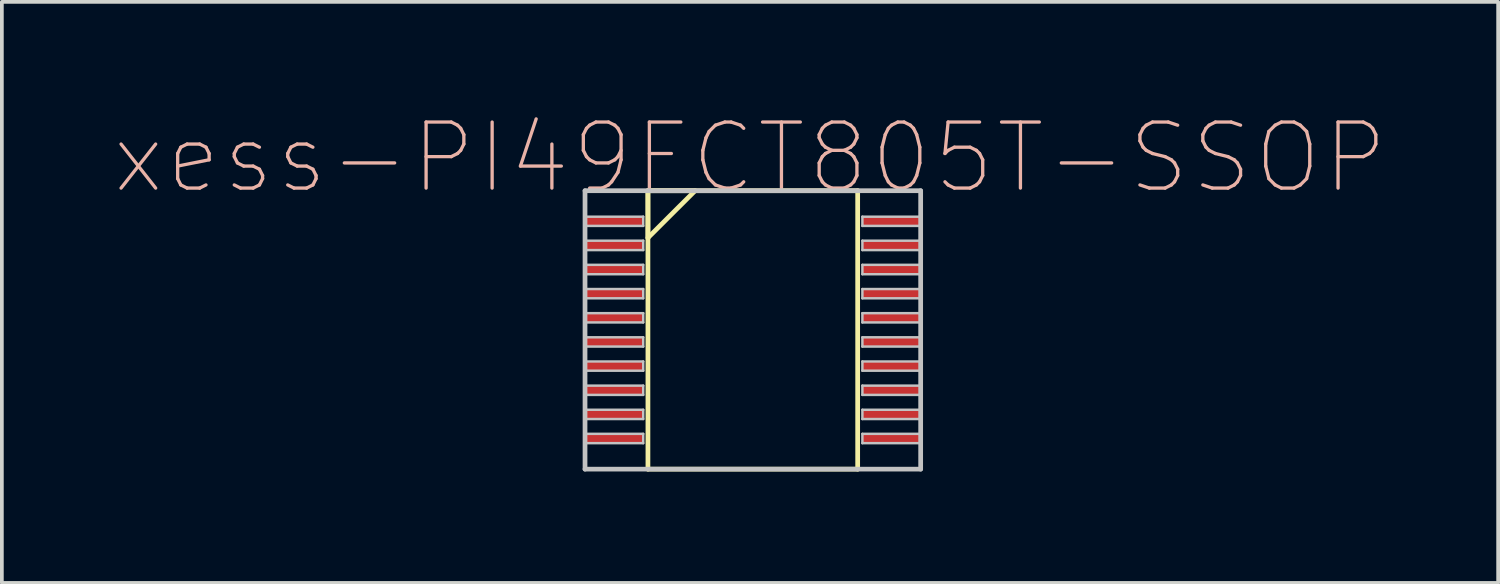
<source format=kicad_pcb>
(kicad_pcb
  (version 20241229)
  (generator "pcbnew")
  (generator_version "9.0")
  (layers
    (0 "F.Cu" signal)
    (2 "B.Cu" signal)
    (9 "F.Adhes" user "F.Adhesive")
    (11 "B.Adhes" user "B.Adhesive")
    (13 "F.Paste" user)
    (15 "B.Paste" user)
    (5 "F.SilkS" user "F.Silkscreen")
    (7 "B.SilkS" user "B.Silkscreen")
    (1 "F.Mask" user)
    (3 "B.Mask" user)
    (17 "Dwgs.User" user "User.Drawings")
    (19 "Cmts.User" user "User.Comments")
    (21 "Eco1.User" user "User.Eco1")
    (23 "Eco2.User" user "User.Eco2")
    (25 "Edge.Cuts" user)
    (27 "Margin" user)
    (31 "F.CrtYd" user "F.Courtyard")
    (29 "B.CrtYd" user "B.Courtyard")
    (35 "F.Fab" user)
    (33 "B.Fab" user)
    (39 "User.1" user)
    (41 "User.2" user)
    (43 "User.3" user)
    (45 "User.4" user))
  (footprint "xess-PI49FCT805T-SSOP"
    (layer "F.Cu")
    (at 13.595 2.908)
    (property "Reference" "xess-PI49FCT805T-SSOP" (at 3.548 -1.712 0) (layer "B.SilkS") (effects (font (size 1.778 1.778) (thickness 0.089))))
    (attr smd)
    (fp_line (start 0.8 -0.823) (end 0.8 0.445) (stroke (width 0.127) (type solid)) (layer "F.SilkS"))
    (fp_line (start 0.8 -0.823) (end 0.8 6.673) (stroke (width 0.127) (type solid)) (layer "F.SilkS"))
    (fp_line (start 0.8 0.445) (end 2.07 -0.823) (stroke (width 0.127) (type solid)) (layer "F.SilkS"))
    (fp_line (start 0.8 6.673) (end 6.447 6.673) (stroke (width 0.127) (type solid)) (layer "F.SilkS"))
    (fp_line (start 2.07 -0.823) (end 0.8 -0.823) (stroke (width 0.127) (type solid)) (layer "F.SilkS"))
    (fp_line (start 6.447 -0.823) (end 0.8 -0.823) (stroke (width 0.127) (type solid)) (layer "F.SilkS"))
    (fp_line (start 6.447 6.673) (end 6.447 -0.823) (stroke (width 0.127) (type solid)) (layer "F.SilkS"))
    (fp_line (start -0.894 -0.823) (end -0.894 6.673) (stroke (width 0.127) (type solid)) (layer "Dwgs.User"))
    (fp_line (start -0.894 -0.124) (end 0.673 -0.124) (stroke (width 0.066) (type solid)) (layer "Dwgs.User"))
    (fp_line (start -0.894 0.124) (end -0.894 -0.124) (stroke (width 0.066) (type solid)) (layer "Dwgs.User"))
    (fp_line (start -0.894 0.124) (end 0.673 0.124) (stroke (width 0.066) (type solid)) (layer "Dwgs.User"))
    (fp_line (start -0.894 0.523) (end 0.673 0.523) (stroke (width 0.066) (type solid)) (layer "Dwgs.User"))
    (fp_line (start -0.894 0.775) (end -0.894 0.523) (stroke (width 0.066) (type solid)) (layer "Dwgs.User"))
    (fp_line (start -0.894 0.775) (end 0.673 0.775) (stroke (width 0.066) (type solid)) (layer "Dwgs.User"))
    (fp_line (start -0.894 1.173) (end 0.673 1.173) (stroke (width 0.066) (type solid)) (layer "Dwgs.User"))
    (fp_line (start -0.894 1.425) (end -0.894 1.173) (stroke (width 0.066) (type solid)) (layer "Dwgs.User"))
    (fp_line (start -0.894 1.425) (end 0.673 1.425) (stroke (width 0.066) (type solid)) (layer "Dwgs.User"))
    (fp_line (start -0.894 1.824) (end 0.673 1.824) (stroke (width 0.066) (type solid)) (layer "Dwgs.User"))
    (fp_line (start -0.894 2.073) (end -0.894 1.824) (stroke (width 0.066) (type solid)) (layer "Dwgs.User"))
    (fp_line (start -0.894 2.073) (end 0.673 2.073) (stroke (width 0.066) (type solid)) (layer "Dwgs.User"))
    (fp_line (start -0.894 2.474) (end 0.673 2.474) (stroke (width 0.066) (type solid)) (layer "Dwgs.User"))
    (fp_line (start -0.894 2.723) (end -0.894 2.474) (stroke (width 0.066) (type solid)) (layer "Dwgs.User"))
    (fp_line (start -0.894 2.723) (end 0.673 2.723) (stroke (width 0.066) (type solid)) (layer "Dwgs.User"))
    (fp_line (start -0.894 3.124) (end 0.673 3.124) (stroke (width 0.066) (type solid)) (layer "Dwgs.User"))
    (fp_line (start -0.894 3.373) (end -0.894 3.124) (stroke (width 0.066) (type solid)) (layer "Dwgs.User"))
    (fp_line (start -0.894 3.373) (end 0.673 3.373) (stroke (width 0.066) (type solid)) (layer "Dwgs.User"))
    (fp_line (start -0.894 3.774) (end 0.673 3.774) (stroke (width 0.066) (type solid)) (layer "Dwgs.User"))
    (fp_line (start -0.894 4.023) (end -0.894 3.774) (stroke (width 0.066) (type solid)) (layer "Dwgs.User"))
    (fp_line (start -0.894 4.023) (end 0.673 4.023) (stroke (width 0.066) (type solid)) (layer "Dwgs.User"))
    (fp_line (start -0.894 4.425) (end 0.673 4.425) (stroke (width 0.066) (type solid)) (layer "Dwgs.User"))
    (fp_line (start -0.894 4.674) (end -0.894 4.425) (stroke (width 0.066) (type solid)) (layer "Dwgs.User"))
    (fp_line (start -0.894 4.674) (end 0.673 4.674) (stroke (width 0.066) (type solid)) (layer "Dwgs.User"))
    (fp_line (start -0.894 5.075) (end 0.673 5.075) (stroke (width 0.066) (type solid)) (layer "Dwgs.User"))
    (fp_line (start -0.894 5.324) (end -0.894 5.075) (stroke (width 0.066) (type solid)) (layer "Dwgs.User"))
    (fp_line (start -0.894 5.324) (end 0.673 5.324) (stroke (width 0.066) (type solid)) (layer "Dwgs.User"))
    (fp_line (start -0.894 5.723) (end 0.673 5.723) (stroke (width 0.066) (type solid)) (layer "Dwgs.User"))
    (fp_line (start -0.894 5.974) (end -0.894 5.723) (stroke (width 0.066) (type solid)) (layer "Dwgs.User"))
    (fp_line (start -0.894 5.974) (end 0.673 5.974) (stroke (width 0.066) (type solid)) (layer "Dwgs.User"))
    (fp_line (start -0.894 6.673) (end 8.143 6.673) (stroke (width 0.127) (type solid)) (layer "Dwgs.User"))
    (fp_line (start 0.673 0.124) (end 0.673 -0.124) (stroke (width 0.066) (type solid)) (layer "Dwgs.User"))
    (fp_line (start 0.673 0.775) (end 0.673 0.523) (stroke (width 0.066) (type solid)) (layer "Dwgs.User"))
    (fp_line (start 0.673 1.425) (end 0.673 1.173) (stroke (width 0.066) (type solid)) (layer "Dwgs.User"))
    (fp_line (start 0.673 2.073) (end 0.673 1.824) (stroke (width 0.066) (type solid)) (layer "Dwgs.User"))
    (fp_line (start 0.673 2.723) (end 0.673 2.474) (stroke (width 0.066) (type solid)) (layer "Dwgs.User"))
    (fp_line (start 0.673 3.373) (end 0.673 3.124) (stroke (width 0.066) (type solid)) (layer "Dwgs.User"))
    (fp_line (start 0.673 4.023) (end 0.673 3.774) (stroke (width 0.066) (type solid)) (layer "Dwgs.User"))
    (fp_line (start 0.673 4.674) (end 0.673 4.425) (stroke (width 0.066) (type solid)) (layer "Dwgs.User"))
    (fp_line (start 0.673 5.324) (end 0.673 5.075) (stroke (width 0.066) (type solid)) (layer "Dwgs.User"))
    (fp_line (start 0.673 5.974) (end 0.673 5.723) (stroke (width 0.066) (type solid)) (layer "Dwgs.User"))
    (fp_line (start 6.574 -0.124) (end 8.143 -0.124) (stroke (width 0.066) (type solid)) (layer "Dwgs.User"))
    (fp_line (start 6.574 0.124) (end 6.574 -0.124) (stroke (width 0.066) (type solid)) (layer "Dwgs.User"))
    (fp_line (start 6.574 0.124) (end 8.143 0.124) (stroke (width 0.066) (type solid)) (layer "Dwgs.User"))
    (fp_line (start 6.574 0.523) (end 8.143 0.523) (stroke (width 0.066) (type solid)) (layer "Dwgs.User"))
    (fp_line (start 6.574 0.775) (end 6.574 0.523) (stroke (width 0.066) (type solid)) (layer "Dwgs.User"))
    (fp_line (start 6.574 0.775) (end 8.143 0.775) (stroke (width 0.066) (type solid)) (layer "Dwgs.User"))
    (fp_line (start 6.574 1.173) (end 8.143 1.173) (stroke (width 0.066) (type solid)) (layer "Dwgs.User"))
    (fp_line (start 6.574 1.425) (end 6.574 1.173) (stroke (width 0.066) (type solid)) (layer "Dwgs.User"))
    (fp_line (start 6.574 1.425) (end 8.143 1.425) (stroke (width 0.066) (type solid)) (layer "Dwgs.User"))
    (fp_line (start 6.574 1.824) (end 8.143 1.824) (stroke (width 0.066) (type solid)) (layer "Dwgs.User"))
    (fp_line (start 6.574 2.073) (end 6.574 1.824) (stroke (width 0.066) (type solid)) (layer "Dwgs.User"))
    (fp_line (start 6.574 2.073) (end 8.143 2.073) (stroke (width 0.066) (type solid)) (layer "Dwgs.User"))
    (fp_line (start 6.574 2.474) (end 8.143 2.474) (stroke (width 0.066) (type solid)) (layer "Dwgs.User"))
    (fp_line (start 6.574 2.723) (end 6.574 2.474) (stroke (width 0.066) (type solid)) (layer "Dwgs.User"))
    (fp_line (start 6.574 2.723) (end 8.143 2.723) (stroke (width 0.066) (type solid)) (layer "Dwgs.User"))
    (fp_line (start 6.574 3.124) (end 8.143 3.124) (stroke (width 0.066) (type solid)) (layer "Dwgs.User"))
    (fp_line (start 6.574 3.373) (end 6.574 3.124) (stroke (width 0.066) (type solid)) (layer "Dwgs.User"))
    (fp_line (start 6.574 3.373) (end 8.143 3.373) (stroke (width 0.066) (type solid)) (layer "Dwgs.User"))
    (fp_line (start 6.574 3.774) (end 8.143 3.774) (stroke (width 0.066) (type solid)) (layer "Dwgs.User"))
    (fp_line (start 6.574 4.023) (end 6.574 3.774) (stroke (width 0.066) (type solid)) (layer "Dwgs.User"))
    (fp_line (start 6.574 4.023) (end 8.143 4.023) (stroke (width 0.066) (type solid)) (layer "Dwgs.User"))
    (fp_line (start 6.574 4.425) (end 8.143 4.425) (stroke (width 0.066) (type solid)) (layer "Dwgs.User"))
    (fp_line (start 6.574 4.674) (end 6.574 4.425) (stroke (width 0.066) (type solid)) (layer "Dwgs.User"))
    (fp_line (start 6.574 4.674) (end 8.143 4.674) (stroke (width 0.066) (type solid)) (layer "Dwgs.User"))
    (fp_line (start 6.574 5.075) (end 8.143 5.075) (stroke (width 0.066) (type solid)) (layer "Dwgs.User"))
    (fp_line (start 6.574 5.324) (end 6.574 5.075) (stroke (width 0.066) (type solid)) (layer "Dwgs.User"))
    (fp_line (start 6.574 5.324) (end 8.143 5.324) (stroke (width 0.066) (type solid)) (layer "Dwgs.User"))
    (fp_line (start 6.574 5.723) (end 8.143 5.723) (stroke (width 0.066) (type solid)) (layer "Dwgs.User"))
    (fp_line (start 6.574 5.974) (end 6.574 5.723) (stroke (width 0.066) (type solid)) (layer "Dwgs.User"))
    (fp_line (start 6.574 5.974) (end 8.143 5.974) (stroke (width 0.066) (type solid)) (layer "Dwgs.User"))
    (fp_line (start 8.143 -0.823) (end -0.894 -0.823) (stroke (width 0.127) (type solid)) (layer "Dwgs.User"))
    (fp_line (start 8.143 0.124) (end 8.143 -0.124) (stroke (width 0.066) (type solid)) (layer "Dwgs.User"))
    (fp_line (start 8.143 0.775) (end 8.143 0.523) (stroke (width 0.066) (type solid)) (layer "Dwgs.User"))
    (fp_line (start 8.143 1.425) (end 8.143 1.173) (stroke (width 0.066) (type solid)) (layer "Dwgs.User"))
    (fp_line (start 8.143 2.073) (end 8.143 1.824) (stroke (width 0.066) (type solid)) (layer "Dwgs.User"))
    (fp_line (start 8.143 2.723) (end 8.143 2.474) (stroke (width 0.066) (type solid)) (layer "Dwgs.User"))
    (fp_line (start 8.143 3.373) (end 8.143 3.124) (stroke (width 0.066) (type solid)) (layer "Dwgs.User"))
    (fp_line (start 8.143 4.023) (end 8.143 3.774) (stroke (width 0.066) (type solid)) (layer "Dwgs.User"))
    (fp_line (start 8.143 4.674) (end 8.143 4.425) (stroke (width 0.066) (type solid)) (layer "Dwgs.User"))
    (fp_line (start 8.143 5.324) (end 8.143 5.075) (stroke (width 0.066) (type solid)) (layer "Dwgs.User"))
    (fp_line (start 8.143 5.974) (end 8.143 5.723) (stroke (width 0.066) (type solid)) (layer "Dwgs.User"))
    (fp_line (start 8.143 6.673) (end 8.143 -0.823) (stroke (width 0.127) (type solid)) (layer "Dwgs.User"))
    (pad "1" smd rect (at -0.109 0) (size 1.57 0.249) (layers "F.Cu" "F.Mask" "F.Paste"))
    (pad "2" smd rect (at -0.109 0.648) (size 1.57 0.249) (layers "F.Cu" "F.Mask" "F.Paste"))
    (pad "3" smd rect (at -0.109 1.298) (size 1.57 0.249) (layers "F.Cu" "F.Mask" "F.Paste"))
    (pad "4" smd rect (at -0.109 1.948) (size 1.57 0.249) (layers "F.Cu" "F.Mask" "F.Paste"))
    (pad "5" smd rect (at -0.109 2.598) (size 1.57 0.249) (layers "F.Cu" "F.Mask" "F.Paste"))
    (pad "6" smd rect (at -0.109 3.249) (size 1.57 0.249) (layers "F.Cu" "F.Mask" "F.Paste"))
    (pad "7" smd rect (at -0.109 3.899) (size 1.57 0.249) (layers "F.Cu" "F.Mask" "F.Paste"))
    (pad "8" smd rect (at -0.109 4.549) (size 1.57 0.249) (layers "F.Cu" "F.Mask" "F.Paste"))
    (pad "9" smd rect (at -0.109 5.199) (size 1.57 0.249) (layers "F.Cu" "F.Mask" "F.Paste"))
    (pad "10" smd rect (at -0.109 5.85) (size 1.57 0.249) (layers "F.Cu" "F.Mask" "F.Paste"))
    (pad "11" smd rect (at 7.358 5.85) (size 1.57 0.249) (layers "F.Cu" "F.Mask" "F.Paste"))
    (pad "12" smd rect (at 7.358 5.199) (size 1.57 0.249) (layers "F.Cu" "F.Mask" "F.Paste"))
    (pad "13" smd rect (at 7.358 4.549) (size 1.57 0.249) (layers "F.Cu" "F.Mask" "F.Paste"))
    (pad "14" smd rect (at 7.358 3.899) (size 1.57 0.249) (layers "F.Cu" "F.Mask" "F.Paste"))
    (pad "15" smd rect (at 7.358 3.249) (size 1.57 0.249) (layers "F.Cu" "F.Mask" "F.Paste"))
    (pad "16" smd rect (at 7.358 2.598) (size 1.57 0.249) (layers "F.Cu" "F.Mask" "F.Paste"))
    (pad "17" smd rect (at 7.358 1.948) (size 1.57 0.249) (layers "F.Cu" "F.Mask" "F.Paste"))
    (pad "18" smd rect (at 7.358 1.298) (size 1.57 0.249) (layers "F.Cu" "F.Mask" "F.Paste"))
    (pad "19" smd rect (at 7.358 0.648) (size 1.57 0.249) (layers "F.Cu" "F.Mask" "F.Paste"))
    (pad "20" smd rect (at 7.358 0) (size 1.57 0.249) (layers "F.Cu" "F.Mask" "F.Paste")))
  (gr_rect
    (start -3 -3)
    (end 37.286 12.644)
    (stroke (width 0.1) (type default))
    (fill no)
    (layer "Edge.Cuts")))
</source>
